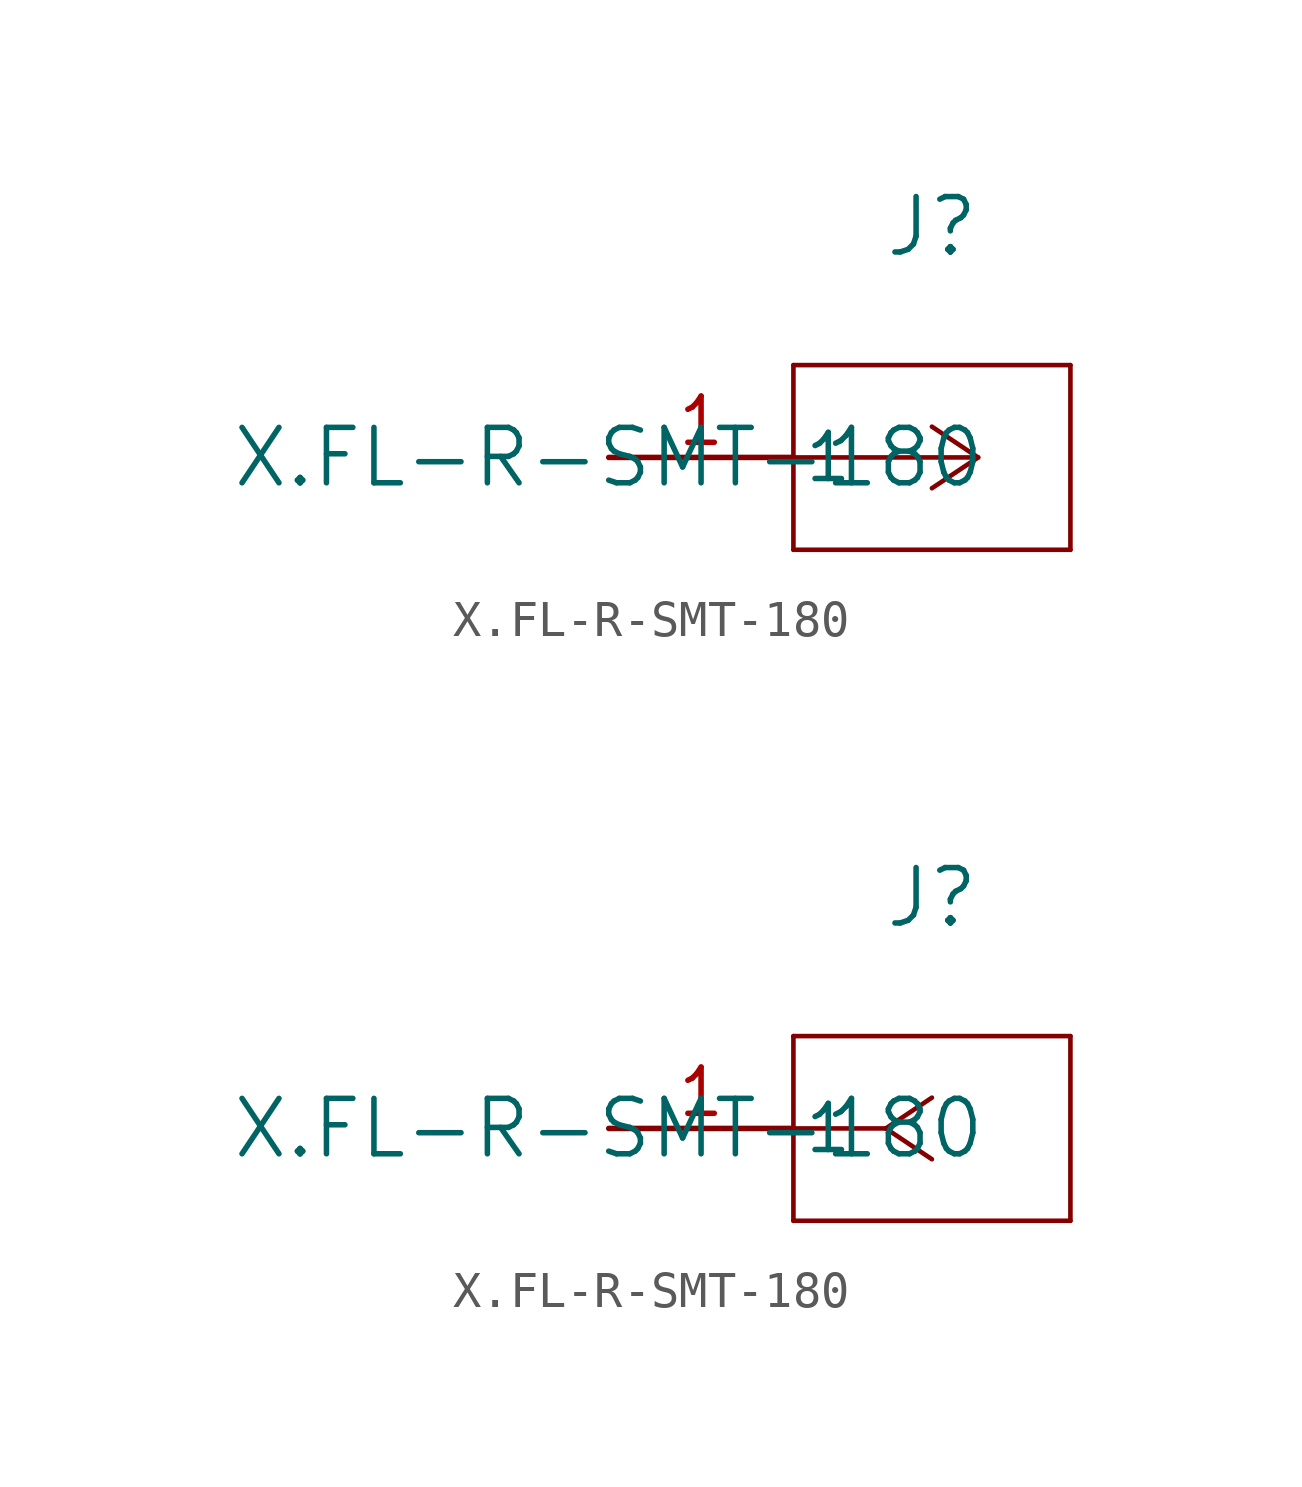
<source format=kicad_sym>
(kicad_symbol_lib
  (version 20211014)
  (generator kicad_symbol_editor)
  (symbol "X.FL-R-SMT-180"
    (pin_names
      (offset 0.254))
    (property "Reference" "J"
      (at 8.89 6.35 0)
      (effects (font (size 1.524 1.524))))
    (property "Value" "X.FL-R-SMT-180"
      (at 0 0 0)
      (effects (font (size 1.524 1.524))))
    (symbol "X.FL-R-SMT-180_1_1"
      (polyline (pts (xy 10.16 0) (xy 5.08 0)) (stroke (width 0.127) (type default) (color 0 0 0 0)) (fill (type none)))
      (polyline (pts (xy 10.16 0) (xy 8.89 0.847)) (stroke (width 0.127) (type default) (color 0 0 0 0)) (fill (type none)))
      (polyline (pts (xy 10.16 0) (xy 8.89 -0.847)) (stroke (width 0.127) (type default) (color 0 0 0 0)) (fill (type none)))
      (polyline (pts (xy 5.08 2.54) (xy 5.08 -2.54)) (stroke (width 0.127) (type default) (color 0 0 0 0)) (fill (type none)))
      (polyline (pts (xy 5.08 -2.54) (xy 12.7 -2.54)) (stroke (width 0.127) (type default) (color 0 0 0 0)) (fill (type none)))
      (polyline (pts (xy 12.7 -2.54) (xy 12.7 2.54)) (stroke (width 0.127) (type default) (color 0 0 0 0)) (fill (type none)))
      (polyline (pts (xy 12.7 2.54) (xy 5.08 2.54)) (stroke (width 0.127) (type default) (color 0 0 0 0)) (fill (type none)))
      (pin unspecified line (at 0 0 0) (length 5.08) (name "1" (effects (font (size 1.27 1.27)))) (number "1" (effects (font (size 1.27 1.27))))))
    (symbol "X.FL-R-SMT-180_1_2"
      (polyline (pts (xy 7.62 0) (xy 5.08 0)) (stroke (width 0.127) (type default) (color 0 0 0 0)) (fill (type none)))
      (polyline (pts (xy 7.62 0) (xy 8.89 0.847)) (stroke (width 0.127) (type default) (color 0 0 0 0)) (fill (type none)))
      (polyline (pts (xy 7.62 0) (xy 8.89 -0.847)) (stroke (width 0.127) (type default) (color 0 0 0 0)) (fill (type none)))
      (polyline (pts (xy 5.08 2.54) (xy 5.08 -2.54)) (stroke (width 0.127) (type default) (color 0 0 0 0)) (fill (type none)))
      (polyline (pts (xy 5.08 -2.54) (xy 12.7 -2.54)) (stroke (width 0.127) (type default) (color 0 0 0 0)) (fill (type none)))
      (polyline (pts (xy 12.7 -2.54) (xy 12.7 2.54)) (stroke (width 0.127) (type default) (color 0 0 0 0)) (fill (type none)))
      (polyline (pts (xy 12.7 2.54) (xy 5.08 2.54)) (stroke (width 0.127) (type default) (color 0 0 0 0)) (fill (type none)))
      (pin unspecified line (at 0 0 0) (length 5.08) (name "1" (effects (font (size 1.27 1.27)))) (number "1" (effects (font (size 1.27 1.27))))))))
</source>
